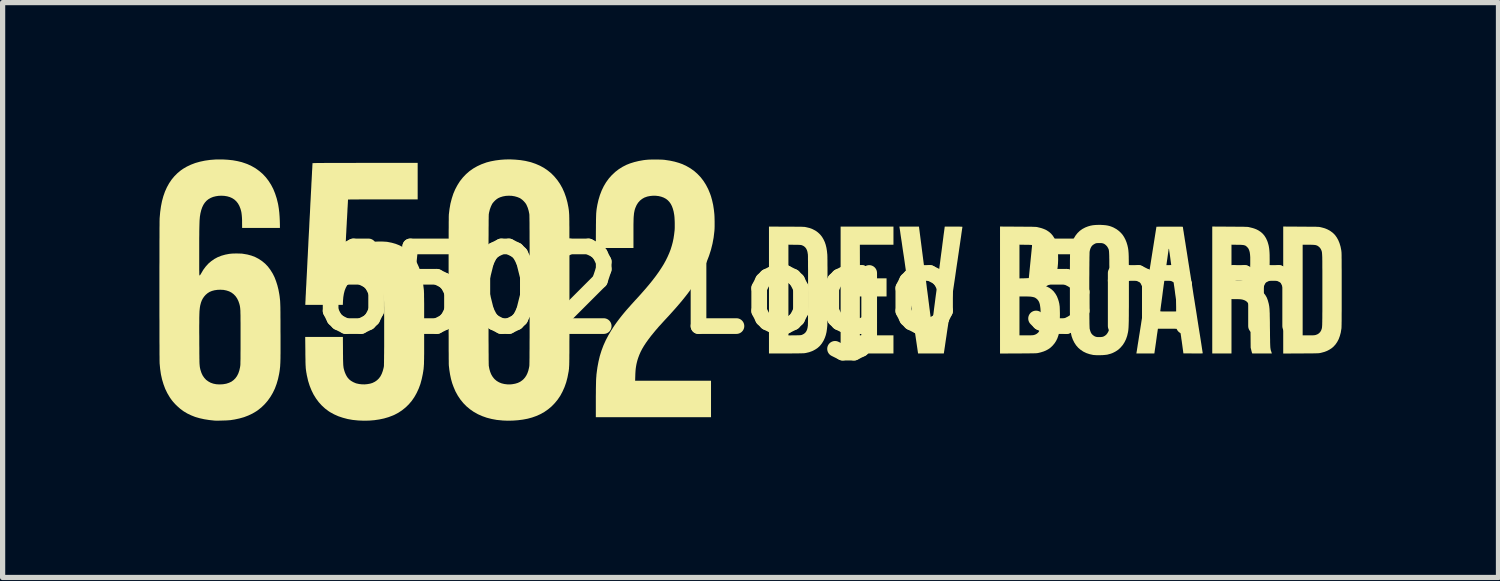
<source format=kicad_pcb>
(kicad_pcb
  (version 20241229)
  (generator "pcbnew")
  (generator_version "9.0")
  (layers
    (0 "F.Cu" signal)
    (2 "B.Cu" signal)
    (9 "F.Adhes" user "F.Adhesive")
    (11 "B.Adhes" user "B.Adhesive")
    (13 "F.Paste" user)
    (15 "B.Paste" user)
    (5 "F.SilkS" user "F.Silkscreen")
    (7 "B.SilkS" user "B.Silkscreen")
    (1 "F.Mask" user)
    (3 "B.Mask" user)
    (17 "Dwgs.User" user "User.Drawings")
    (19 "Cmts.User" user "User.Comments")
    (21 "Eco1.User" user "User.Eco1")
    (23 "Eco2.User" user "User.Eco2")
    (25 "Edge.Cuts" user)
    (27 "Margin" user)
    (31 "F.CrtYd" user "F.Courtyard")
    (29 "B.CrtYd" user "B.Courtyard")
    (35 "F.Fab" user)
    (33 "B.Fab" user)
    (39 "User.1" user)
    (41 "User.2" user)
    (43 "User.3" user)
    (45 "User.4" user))
  (footprint "6502 Logo 5mm"
    (layer "F.Cu")
    (at 12.493 2.5)
    (property "Reference" "6502 Logo 5mm" (at 0 0 0) (layer "F.SilkS") (effects (font (size 1.524 1.524) (thickness 0.3))))
    (attr through_hole)
    (fp_poly (pts (xy 1.553 -1.041) (xy 1.553 -0.867) (xy 1.231 -0.867) (xy 0.91 -0.867) (xy 0.911 -0.547) (xy 0.912 -0.226) (xy 1.167 -0.225) (xy 1.421 -0.224) (xy 1.421 -0.051) (xy 1.421 0.123) (xy 1.166 0.123) (xy 0.91 0.123) (xy 0.91 0.495) (xy 0.91 0.867) (xy 1.231 0.867) (xy 1.553 0.867) (xy 1.553 1.041) (xy 1.553 1.214) (xy 1.047 1.214) (xy 0.542 1.214) (xy 0.542 0) (xy 0.542 -1.214) (xy 1.047 -1.214) (xy 1.553 -1.214)) (stroke (width 0) (type solid)) (fill yes) (layer "F.SilkS"))
    (fp_poly (pts (xy 2.161 -0.282) (xy 2.173 -0.194) (xy 2.184 -0.109) (xy 2.194 -0.025) (xy 2.205 0.055) (xy 2.215 0.132) (xy 2.224 0.205) (xy 2.233 0.274) (xy 2.241 0.339) (xy 2.249 0.399) (xy 2.256 0.454) (xy 2.263 0.503) (xy 2.268 0.546) (xy 2.273 0.583) (xy 2.277 0.613) (xy 2.28 0.635) (xy 2.282 0.651) (xy 2.283 0.658) (xy 2.283 0.659) (xy 2.286 0.666) (xy 2.288 0.668) (xy 2.289 0.664) (xy 2.291 0.652) (xy 2.294 0.632) (xy 2.297 0.605) (xy 2.302 0.571) (xy 2.307 0.531) (xy 2.314 0.484) (xy 2.321 0.432) (xy 2.328 0.374) (xy 2.336 0.312) (xy 2.345 0.244) (xy 2.354 0.173) (xy 2.364 0.097) (xy 2.375 0.018) (xy 2.385 -0.064) (xy 2.396 -0.148) (xy 2.407 -0.236) (xy 2.411 -0.263) (xy 2.422 -0.351) (xy 2.433 -0.437) (xy 2.444 -0.52) (xy 2.454 -0.601) (xy 2.464 -0.678) (xy 2.474 -0.751) (xy 2.483 -0.82) (xy 2.491 -0.885) (xy 2.499 -0.945) (xy 2.506 -0.999) (xy 2.512 -1.049) (xy 2.518 -1.092) (xy 2.523 -1.128) (xy 2.527 -1.158) (xy 2.53 -1.181) (xy 2.532 -1.197) (xy 2.533 -1.204) (xy 2.533 -1.205) (xy 2.535 -1.214) (xy 2.704 -1.214) (xy 2.747 -1.214) (xy 2.782 -1.214) (xy 2.81 -1.214) (xy 2.832 -1.213) (xy 2.848 -1.213) (xy 2.86 -1.212) (xy 2.867 -1.211) (xy 2.871 -1.21) (xy 2.872 -1.208) (xy 2.873 -1.208) (xy 2.872 -1.203) (xy 2.87 -1.191) (xy 2.867 -1.171) (xy 2.863 -1.144) (xy 2.858 -1.11) (xy 2.852 -1.069) (xy 2.846 -1.023) (xy 2.838 -0.971) (xy 2.83 -0.914) (xy 2.821 -0.852) (xy 2.811 -0.786) (xy 2.801 -0.716) (xy 2.79 -0.643) (xy 2.779 -0.566) (xy 2.767 -0.487) (xy 2.755 -0.405) (xy 2.743 -0.322) (xy 2.731 -0.237) (xy 2.718 -0.151) (xy 2.705 -0.064) (xy 2.692 0.023) (xy 2.68 0.11) (xy 2.667 0.196) (xy 2.654 0.282) (xy 2.642 0.366) (xy 2.63 0.448) (xy 2.618 0.528) (xy 2.607 0.606) (xy 2.596 0.681) (xy 2.585 0.752) (xy 2.575 0.82) (xy 2.566 0.883) (xy 2.557 0.942) (xy 2.549 0.996) (xy 2.542 1.044) (xy 2.536 1.087) (xy 2.53 1.124) (xy 2.526 1.154) (xy 2.522 1.177) (xy 2.52 1.192) (xy 2.519 1.2) (xy 2.519 1.2) (xy 2.516 1.214) (xy 2.27 1.214) (xy 2.024 1.214) (xy 1.847 0.01) (xy 1.832 -0.09) (xy 1.818 -0.188) (xy 1.804 -0.284) (xy 1.79 -0.376) (xy 1.777 -0.466) (xy 1.765 -0.552) (xy 1.753 -0.634) (xy 1.741 -0.712) (xy 1.73 -0.785) (xy 1.72 -0.854) (xy 1.711 -0.918) (xy 1.702 -0.976) (xy 1.694 -1.028) (xy 1.687 -1.075) (xy 1.682 -1.114) (xy 1.677 -1.147) (xy 1.673 -1.173) (xy 1.67 -1.192) (xy 1.668 -1.202) (xy 1.668 -1.205) (xy 1.666 -1.214) (xy 1.854 -1.214) (xy 2.041 -1.214)) (stroke (width 0) (type solid)) (fill yes) (layer "F.SilkS"))
    (fp_poly (pts (xy -0.496 -1.213) (xy -0.434 -1.213) (xy -0.38 -1.213) (xy -0.334 -1.212) (xy -0.294 -1.212) (xy -0.26 -1.212) (xy -0.231 -1.211) (xy -0.207 -1.211) (xy -0.187 -1.21) (xy -0.171 -1.209) (xy -0.157 -1.209) (xy -0.146 -1.208) (xy -0.137 -1.206) (xy -0.128 -1.205) (xy -0.123 -1.204) (xy -0.056 -1.188) (xy 0.004 -1.166) (xy 0.058 -1.138) (xy 0.106 -1.104) (xy 0.149 -1.064) (xy 0.186 -1.018) (xy 0.215 -0.969) (xy 0.238 -0.92) (xy 0.256 -0.868) (xy 0.27 -0.811) (xy 0.28 -0.75) (xy 0.287 -0.682) (xy 0.288 -0.671) (xy 0.288 -0.656) (xy 0.289 -0.634) (xy 0.289 -0.604) (xy 0.29 -0.568) (xy 0.29 -0.526) (xy 0.29 -0.478) (xy 0.291 -0.426) (xy 0.291 -0.37) (xy 0.291 -0.31) (xy 0.291 -0.247) (xy 0.292 -0.182) (xy 0.292 -0.116) (xy 0.292 -0.048) (xy 0.292 0.02) (xy 0.292 0.088) (xy 0.292 0.156) (xy 0.292 0.221) (xy 0.291 0.285) (xy 0.291 0.346) (xy 0.291 0.404) (xy 0.291 0.458) (xy 0.29 0.508) (xy 0.29 0.552) (xy 0.289 0.591) (xy 0.289 0.624) (xy 0.288 0.649) (xy 0.288 0.667) (xy 0.288 0.673) (xy 0.281 0.742) (xy 0.272 0.805) (xy 0.258 0.863) (xy 0.24 0.915) (xy 0.217 0.965) (xy 0.215 0.969) (xy 0.184 1.02) (xy 0.147 1.066) (xy 0.104 1.106) (xy 0.055 1.139) (xy 0.001 1.167) (xy -0.059 1.189) (xy -0.123 1.204) (xy -0.131 1.205) (xy -0.139 1.207) (xy -0.149 1.208) (xy -0.161 1.209) (xy -0.175 1.21) (xy -0.192 1.21) (xy -0.213 1.211) (xy -0.239 1.211) (xy -0.269 1.212) (xy -0.305 1.212) (xy -0.346 1.212) (xy -0.395 1.213) (xy -0.451 1.213) (xy -0.496 1.213) (xy -0.829 1.214) (xy -0.829 0) (xy -0.829 -0.868) (xy -0.457 -0.868) (xy -0.457 0) (xy -0.457 0.868) (xy -0.337 0.866) (xy -0.302 0.866) (xy -0.274 0.865) (xy -0.253 0.865) (xy -0.236 0.864) (xy -0.224 0.863) (xy -0.214 0.861) (xy -0.206 0.86) (xy -0.198 0.857) (xy -0.193 0.855) (xy -0.162 0.839) (xy -0.137 0.819) (xy -0.117 0.793) (xy -0.101 0.761) (xy -0.091 0.723) (xy -0.085 0.683) (xy -0.084 0.674) (xy -0.084 0.657) (xy -0.083 0.632) (xy -0.083 0.601) (xy -0.082 0.564) (xy -0.082 0.521) (xy -0.082 0.473) (xy -0.081 0.42) (xy -0.081 0.364) (xy -0.081 0.304) (xy -0.081 0.242) (xy -0.081 0.178) (xy -0.081 0.112) (xy -0.081 0.045) (xy -0.081 -0.022) (xy -0.081 -0.089) (xy -0.081 -0.156) (xy -0.081 -0.221) (xy -0.081 -0.284) (xy -0.081 -0.344) (xy -0.081 -0.401) (xy -0.082 -0.455) (xy -0.082 -0.505) (xy -0.082 -0.55) (xy -0.083 -0.589) (xy -0.083 -0.622) (xy -0.083 -0.649) (xy -0.084 -0.669) (xy -0.084 -0.681) (xy -0.085 -0.683) (xy -0.092 -0.728) (xy -0.103 -0.765) (xy -0.119 -0.796) (xy -0.14 -0.822) (xy -0.166 -0.842) (xy -0.193 -0.855) (xy -0.201 -0.858) (xy -0.208 -0.86) (xy -0.217 -0.862) (xy -0.228 -0.863) (xy -0.241 -0.864) (xy -0.26 -0.865) (xy -0.283 -0.866) (xy -0.314 -0.866) (xy -0.337 -0.866) (xy -0.457 -0.868) (xy -0.829 -0.868) (xy -0.829 -1.214)) (stroke (width 0) (type solid)) (fill yes) (layer "F.SilkS"))
    (fp_poly (pts (xy 9.348 -1.213) (xy 9.41 -1.213) (xy 9.464 -1.212) (xy 9.51 -1.212) (xy 9.55 -1.212) (xy 9.584 -1.211) (xy 9.612 -1.211) (xy 9.636 -1.211) (xy 9.656 -1.21) (xy 9.672 -1.209) (xy 9.685 -1.209) (xy 9.696 -1.208) (xy 9.705 -1.207) (xy 9.713 -1.205) (xy 9.72 -1.204) (xy 9.726 -1.203) (xy 9.765 -1.193) (xy 9.798 -1.184) (xy 9.828 -1.173) (xy 9.858 -1.16) (xy 9.864 -1.157) (xy 9.915 -1.128) (xy 9.961 -1.094) (xy 10.001 -1.054) (xy 10.035 -1.007) (xy 10.064 -0.955) (xy 10.088 -0.897) (xy 10.108 -0.831) (xy 10.122 -0.76) (xy 10.124 -0.74) (xy 10.125 -0.733) (xy 10.126 -0.723) (xy 10.127 -0.709) (xy 10.127 -0.692) (xy 10.128 -0.67) (xy 10.128 -0.644) (xy 10.128 -0.614) (xy 10.129 -0.578) (xy 10.129 -0.536) (xy 10.129 -0.489) (xy 10.129 -0.436) (xy 10.13 -0.376) (xy 10.13 -0.309) (xy 10.13 -0.235) (xy 10.13 -0.153) (xy 10.13 -0.064) (xy 10.13 0) (xy 10.13 0.095) (xy 10.13 0.182) (xy 10.13 0.261) (xy 10.13 0.332) (xy 10.13 0.397) (xy 10.129 0.454) (xy 10.129 0.506) (xy 10.129 0.551) (xy 10.129 0.59) (xy 10.128 0.625) (xy 10.128 0.654) (xy 10.127 0.678) (xy 10.127 0.698) (xy 10.126 0.714) (xy 10.126 0.727) (xy 10.125 0.736) (xy 10.124 0.74) (xy 10.112 0.814) (xy 10.094 0.88) (xy 10.072 0.94) (xy 10.044 0.993) (xy 10.012 1.04) (xy 9.974 1.082) (xy 9.936 1.114) (xy 9.894 1.141) (xy 9.85 1.164) (xy 9.801 1.183) (xy 9.745 1.198) (xy 9.726 1.203) (xy 9.719 1.204) (xy 9.711 1.206) (xy 9.703 1.207) (xy 9.693 1.208) (xy 9.682 1.209) (xy 9.668 1.21) (xy 9.651 1.21) (xy 9.631 1.211) (xy 9.606 1.211) (xy 9.577 1.212) (xy 9.541 1.212) (xy 9.5 1.212) (xy 9.452 1.212) (xy 9.397 1.213) (xy 9.348 1.213) (xy 9.011 1.215) (xy 9.011 0) (xy 9.011 -0.867) (xy 9.383 -0.867) (xy 9.383 0) (xy 9.383 0.867) (xy 9.492 0.867) (xy 9.529 0.867) (xy 9.559 0.867) (xy 9.582 0.866) (xy 9.6 0.865) (xy 9.614 0.863) (xy 9.625 0.861) (xy 9.627 0.861) (xy 9.663 0.848) (xy 9.693 0.829) (xy 9.718 0.804) (xy 9.736 0.774) (xy 9.741 0.76) (xy 9.744 0.753) (xy 9.746 0.747) (xy 9.748 0.74) (xy 9.75 0.733) (xy 9.751 0.725) (xy 9.753 0.716) (xy 9.754 0.704) (xy 9.755 0.691) (xy 9.756 0.674) (xy 9.757 0.655) (xy 9.757 0.633) (xy 9.758 0.606) (xy 9.758 0.576) (xy 9.759 0.54) (xy 9.759 0.5) (xy 9.759 0.454) (xy 9.76 0.403) (xy 9.76 0.345) (xy 9.76 0.28) (xy 9.76 0.209) (xy 9.76 0.129) (xy 9.76 0.043) (xy 9.76 0) (xy 9.76 -0.091) (xy 9.76 -0.173) (xy 9.76 -0.248) (xy 9.76 -0.316) (xy 9.76 -0.377) (xy 9.759 -0.431) (xy 9.759 -0.48) (xy 9.759 -0.522) (xy 9.759 -0.56) (xy 9.758 -0.593) (xy 9.758 -0.621) (xy 9.757 -0.645) (xy 9.756 -0.666) (xy 9.755 -0.684) (xy 9.754 -0.698) (xy 9.753 -0.711) (xy 9.752 -0.721) (xy 9.75 -0.73) (xy 9.749 -0.737) (xy 9.747 -0.744) (xy 9.745 -0.75) (xy 9.743 -0.757) (xy 9.741 -0.76) (xy 9.727 -0.79) (xy 9.706 -0.817) (xy 9.681 -0.838) (xy 9.669 -0.846) (xy 9.656 -0.852) (xy 9.642 -0.857) (xy 9.628 -0.861) (xy 9.611 -0.863) (xy 9.59 -0.865) (xy 9.564 -0.866) (xy 9.533 -0.867) (xy 9.494 -0.867) (xy 9.492 -0.867) (xy 9.383 -0.867) (xy 9.011 -0.867) (xy 9.011 -1.215)) (stroke (width 0) (type solid)) (fill yes) (layer "F.SilkS"))
    (fp_poly (pts (xy 7.986 -1.213) (xy 8.048 -1.213) (xy 8.103 -1.212) (xy 8.15 -1.212) (xy 8.191 -1.212) (xy 8.225 -1.211) (xy 8.254 -1.211) (xy 8.278 -1.21) (xy 8.298 -1.209) (xy 8.314 -1.209) (xy 8.327 -1.208) (xy 8.338 -1.207) (xy 8.347 -1.206) (xy 8.355 -1.204) (xy 8.355 -1.204) (xy 8.421 -1.188) (xy 8.48 -1.168) (xy 8.532 -1.144) (xy 8.578 -1.114) (xy 8.618 -1.079) (xy 8.652 -1.039) (xy 8.681 -0.993) (xy 8.705 -0.941) (xy 8.714 -0.916) (xy 8.723 -0.886) (xy 8.731 -0.857) (xy 8.737 -0.827) (xy 8.742 -0.794) (xy 8.746 -0.758) (xy 8.749 -0.716) (xy 8.751 -0.669) (xy 8.751 -0.637) (xy 8.752 -0.561) (xy 8.751 -0.493) (xy 8.748 -0.432) (xy 8.742 -0.377) (xy 8.734 -0.327) (xy 8.723 -0.282) (xy 8.709 -0.241) (xy 8.693 -0.204) (xy 8.68 -0.179) (xy 8.656 -0.143) (xy 8.627 -0.109) (xy 8.593 -0.079) (xy 8.558 -0.053) (xy 8.529 -0.038) (xy 8.515 -0.03) (xy 8.509 -0.025) (xy 8.51 -0.021) (xy 8.517 -0.018) (xy 8.525 -0.015) (xy 8.538 -0.009) (xy 8.554 -0.001) (xy 8.565 0.004) (xy 8.605 0.028) (xy 8.64 0.06) (xy 8.67 0.098) (xy 8.696 0.143) (xy 8.716 0.196) (xy 8.732 0.255) (xy 8.734 0.261) (xy 8.737 0.278) (xy 8.74 0.294) (xy 8.743 0.31) (xy 8.745 0.328) (xy 8.747 0.346) (xy 8.749 0.367) (xy 8.75 0.39) (xy 8.751 0.416) (xy 8.753 0.447) (xy 8.753 0.482) (xy 8.754 0.523) (xy 8.755 0.569) (xy 8.756 0.622) (xy 8.756 0.682) (xy 8.757 0.747) (xy 8.758 0.811) (xy 8.758 0.868) (xy 8.759 0.917) (xy 8.76 0.96) (xy 8.76 0.997) (xy 8.761 1.028) (xy 8.762 1.054) (xy 8.763 1.077) (xy 8.764 1.096) (xy 8.766 1.112) (xy 8.768 1.125) (xy 8.77 1.137) (xy 8.772 1.148) (xy 8.775 1.159) (xy 8.779 1.169) (xy 8.783 1.18) (xy 8.784 1.184) (xy 8.794 1.214) (xy 8.606 1.214) (xy 8.419 1.214) (xy 8.414 1.203) (xy 8.411 1.194) (xy 8.407 1.179) (xy 8.402 1.16) (xy 8.399 1.146) (xy 8.388 1.102) (xy 8.385 0.745) (xy 8.384 0.678) (xy 8.384 0.62) (xy 8.383 0.569) (xy 8.383 0.525) (xy 8.382 0.487) (xy 8.381 0.454) (xy 8.38 0.426) (xy 8.379 0.403) (xy 8.378 0.383) (xy 8.377 0.366) (xy 8.375 0.352) (xy 8.373 0.34) (xy 8.371 0.329) (xy 8.368 0.319) (xy 8.365 0.309) (xy 8.362 0.299) (xy 8.362 0.298) (xy 8.346 0.263) (xy 8.325 0.234) (xy 8.298 0.21) (xy 8.265 0.193) (xy 8.225 0.181) (xy 8.217 0.18) (xy 8.198 0.177) (xy 8.172 0.175) (xy 8.141 0.174) (xy 8.106 0.174) (xy 8.102 0.174) (xy 8.021 0.173) (xy 8.021 0.694) (xy 8.021 1.214) (xy 7.837 1.214) (xy 7.653 1.214) (xy 7.653 -0.000234) (xy 7.653 -0.868) (xy 8.021 -0.868) (xy 8.021 -0.52) (xy 8.021 -0.172) (xy 8.119 -0.174) (xy 8.152 -0.175) (xy 8.178 -0.176) (xy 8.198 -0.177) (xy 8.214 -0.179) (xy 8.226 -0.181) (xy 8.237 -0.183) (xy 8.244 -0.185) (xy 8.277 -0.199) (xy 8.305 -0.216) (xy 8.325 -0.234) (xy 8.34 -0.254) (xy 8.353 -0.275) (xy 8.363 -0.3) (xy 8.369 -0.321) (xy 8.371 -0.331) (xy 8.373 -0.341) (xy 8.375 -0.352) (xy 8.376 -0.366) (xy 8.377 -0.383) (xy 8.378 -0.405) (xy 8.379 -0.432) (xy 8.379 -0.466) (xy 8.38 -0.496) (xy 8.38 -0.546) (xy 8.38 -0.589) (xy 8.38 -0.625) (xy 8.378 -0.656) (xy 8.376 -0.682) (xy 8.373 -0.704) (xy 8.37 -0.724) (xy 8.365 -0.742) (xy 8.362 -0.753) (xy 8.352 -0.779) (xy 8.342 -0.798) (xy 8.329 -0.814) (xy 8.314 -0.829) (xy 8.303 -0.839) (xy 8.292 -0.847) (xy 8.28 -0.853) (xy 8.266 -0.857) (xy 8.25 -0.861) (xy 8.23 -0.863) (xy 8.205 -0.865) (xy 8.173 -0.866) (xy 8.134 -0.866) (xy 8.134 -0.866) (xy 8.021 -0.868) (xy 7.653 -0.868) (xy 7.653 -1.215)) (stroke (width 0) (type solid)) (fill yes) (layer "F.SilkS"))
    (fp_poly (pts (xy 3.931 -1.213) (xy 3.994 -1.213) (xy 4.049 -1.212) (xy 4.097 -1.212) (xy 4.138 -1.212) (xy 4.173 -1.211) (xy 4.202 -1.211) (xy 4.227 -1.21) (xy 4.247 -1.209) (xy 4.264 -1.209) (xy 4.277 -1.208) (xy 4.288 -1.207) (xy 4.297 -1.206) (xy 4.305 -1.205) (xy 4.307 -1.204) (xy 4.373 -1.188) (xy 4.431 -1.168) (xy 4.484 -1.144) (xy 4.529 -1.114) (xy 4.569 -1.079) (xy 4.603 -1.039) (xy 4.632 -0.993) (xy 4.656 -0.941) (xy 4.665 -0.916) (xy 4.676 -0.883) (xy 4.684 -0.85) (xy 4.69 -0.816) (xy 4.695 -0.778) (xy 4.699 -0.736) (xy 4.702 -0.687) (xy 4.703 -0.66) (xy 4.704 -0.579) (xy 4.701 -0.505) (xy 4.695 -0.438) (xy 4.685 -0.378) (xy 4.671 -0.323) (xy 4.653 -0.275) (xy 4.631 -0.231) (xy 4.605 -0.193) (xy 4.577 -0.16) (xy 4.559 -0.144) (xy 4.538 -0.127) (xy 4.515 -0.111) (xy 4.494 -0.098) (xy 4.476 -0.089) (xy 4.468 -0.084) (xy 4.464 -0.08) (xy 4.464 -0.08) (xy 4.469 -0.076) (xy 4.478 -0.071) (xy 4.489 -0.066) (xy 4.537 -0.042) (xy 4.58 -0.011) (xy 4.619 0.026) (xy 4.652 0.07) (xy 4.681 0.12) (xy 4.703 0.176) (xy 4.715 0.214) (xy 4.72 0.235) (xy 4.725 0.255) (xy 4.728 0.275) (xy 4.731 0.295) (xy 4.734 0.317) (xy 4.735 0.341) (xy 4.736 0.369) (xy 4.737 0.402) (xy 4.738 0.44) (xy 4.738 0.484) (xy 4.737 0.535) (xy 4.737 0.554) (xy 4.737 0.601) (xy 4.736 0.64) (xy 4.736 0.673) (xy 4.735 0.7) (xy 4.735 0.722) (xy 4.734 0.74) (xy 4.733 0.754) (xy 4.732 0.767) (xy 4.73 0.778) (xy 4.729 0.789) (xy 4.726 0.8) (xy 4.726 0.801) (xy 4.71 0.865) (xy 4.69 0.923) (xy 4.665 0.974) (xy 4.635 1.02) (xy 4.6 1.062) (xy 4.584 1.078) (xy 4.549 1.109) (xy 4.511 1.135) (xy 4.47 1.157) (xy 4.424 1.176) (xy 4.372 1.192) (xy 4.328 1.203) (xy 4.32 1.204) (xy 4.313 1.206) (xy 4.305 1.207) (xy 4.295 1.208) (xy 4.284 1.209) (xy 4.27 1.209) (xy 4.253 1.21) (xy 4.233 1.211) (xy 4.208 1.211) (xy 4.179 1.211) (xy 4.144 1.212) (xy 4.103 1.212) (xy 4.055 1.212) (xy 4 1.213) (xy 3.94 1.213) (xy 3.592 1.215) (xy 3.592 0.123) (xy 3.964 0.123) (xy 3.964 0.495) (xy 3.964 0.867) (xy 4.087 0.867) (xy 4.126 0.867) (xy 4.157 0.867) (xy 4.183 0.866) (xy 4.203 0.865) (xy 4.219 0.864) (xy 4.231 0.862) (xy 4.239 0.861) (xy 4.266 0.852) (xy 4.291 0.839) (xy 4.313 0.822) (xy 4.329 0.806) (xy 4.338 0.791) (xy 4.345 0.777) (xy 4.352 0.761) (xy 4.357 0.743) (xy 4.36 0.722) (xy 4.363 0.697) (xy 4.366 0.667) (xy 4.367 0.631) (xy 4.368 0.588) (xy 4.369 0.565) (xy 4.369 0.5) (xy 4.369 0.442) (xy 4.368 0.392) (xy 4.365 0.348) (xy 4.36 0.311) (xy 4.355 0.278) (xy 4.347 0.25) (xy 4.338 0.226) (xy 4.327 0.206) (xy 4.314 0.189) (xy 4.302 0.175) (xy 4.286 0.162) (xy 4.269 0.15) (xy 4.251 0.141) (xy 4.23 0.135) (xy 4.206 0.13) (xy 4.177 0.126) (xy 4.142 0.124) (xy 4.1 0.123) (xy 4.071 0.123) (xy 3.964 0.123) (xy 3.592 0.123) (xy 3.592 -0.000005) (xy 3.592 -0.868) (xy 3.964 -0.868) (xy 3.964 -0.545) (xy 3.964 -0.223) (xy 4.062 -0.225) (xy 4.101 -0.227) (xy 4.131 -0.228) (xy 4.155 -0.23) (xy 4.173 -0.232) (xy 4.186 -0.235) (xy 4.224 -0.249) (xy 4.256 -0.268) (xy 4.283 -0.294) (xy 4.303 -0.326) (xy 4.318 -0.363) (xy 4.322 -0.38) (xy 4.324 -0.395) (xy 4.327 -0.416) (xy 4.328 -0.444) (xy 4.33 -0.475) (xy 4.331 -0.509) (xy 4.331 -0.544) (xy 4.332 -0.578) (xy 4.331 -0.611) (xy 4.331 -0.641) (xy 4.329 -0.665) (xy 4.328 -0.68) (xy 4.323 -0.713) (xy 4.315 -0.745) (xy 4.306 -0.773) (xy 4.295 -0.796) (xy 4.294 -0.798) (xy 4.279 -0.817) (xy 4.258 -0.835) (xy 4.235 -0.849) (xy 4.223 -0.855) (xy 4.215 -0.858) (xy 4.207 -0.86) (xy 4.199 -0.862) (xy 4.188 -0.863) (xy 4.173 -0.864) (xy 4.154 -0.865) (xy 4.129 -0.866) (xy 4.097 -0.866) (xy 4.081 -0.866) (xy 3.964 -0.868) (xy 3.592 -0.868) (xy 3.592 -1.215)) (stroke (width 0) (type solid)) (fill yes) (layer "F.SilkS"))
    (fp_poly (pts (xy 6.976 -1.213) (xy 7.008 -1.213) (xy 7.034 -1.213) (xy 7.054 -1.213) (xy 7.069 -1.212) (xy 7.08 -1.211) (xy 7.086 -1.211) (xy 7.09 -1.209) (xy 7.09 -1.209) (xy 7.091 -1.204) (xy 7.093 -1.191) (xy 7.096 -1.171) (xy 7.1 -1.143) (xy 7.106 -1.109) (xy 7.112 -1.067) (xy 7.12 -1.02) (xy 7.128 -0.966) (xy 7.138 -0.906) (xy 7.148 -0.841) (xy 7.159 -0.771) (xy 7.171 -0.697) (xy 7.183 -0.618) (xy 7.196 -0.535) (xy 7.21 -0.448) (xy 7.224 -0.358) (xy 7.239 -0.265) (xy 7.254 -0.169) (xy 7.27 -0.071) (xy 7.281 0) (xy 7.296 0.1) (xy 7.312 0.197) (xy 7.327 0.293) (xy 7.342 0.385) (xy 7.356 0.474) (xy 7.369 0.56) (xy 7.382 0.642) (xy 7.394 0.719) (xy 7.406 0.793) (xy 7.417 0.861) (xy 7.427 0.924) (xy 7.436 0.982) (xy 7.444 1.034) (xy 7.451 1.08) (xy 7.457 1.12) (xy 7.462 1.152) (xy 7.466 1.178) (xy 7.469 1.196) (xy 7.471 1.206) (xy 7.471 1.209) (xy 7.47 1.21) (xy 7.465 1.211) (xy 7.457 1.212) (xy 7.445 1.213) (xy 7.427 1.213) (xy 7.403 1.213) (xy 7.374 1.213) (xy 7.337 1.213) (xy 7.292 1.213) (xy 7.286 1.213) (xy 7.101 1.212) (xy 7.069 0.977) (xy 7.062 0.934) (xy 7.057 0.893) (xy 7.051 0.855) (xy 7.047 0.822) (xy 7.043 0.793) (xy 7.039 0.77) (xy 7.037 0.753) (xy 7.036 0.744) (xy 7.035 0.741) (xy 7.031 0.741) (xy 7.02 0.741) (xy 7.001 0.741) (xy 6.976 0.741) (xy 6.946 0.741) (xy 6.912 0.74) (xy 6.874 0.74) (xy 6.833 0.74) (xy 6.824 0.74) (xy 6.613 0.74) (xy 6.611 0.754) (xy 6.61 0.761) (xy 6.608 0.775) (xy 6.605 0.796) (xy 6.601 0.823) (xy 6.596 0.855) (xy 6.591 0.891) (xy 6.586 0.93) (xy 6.58 0.971) (xy 6.579 0.981) (xy 6.573 1.023) (xy 6.567 1.063) (xy 6.562 1.099) (xy 6.557 1.131) (xy 6.553 1.159) (xy 6.55 1.181) (xy 6.548 1.196) (xy 6.547 1.204) (xy 6.547 1.205) (xy 6.544 1.214) (xy 6.373 1.214) (xy 6.201 1.214) (xy 6.204 1.196) (xy 6.205 1.191) (xy 6.207 1.177) (xy 6.211 1.156) (xy 6.215 1.127) (xy 6.221 1.091) (xy 6.227 1.049) (xy 6.235 1) (xy 6.244 0.945) (xy 6.253 0.885) (xy 6.264 0.819) (xy 6.275 0.749) (xy 6.287 0.674) (xy 6.299 0.594) (xy 6.313 0.51) (xy 6.326 0.423) (xy 6.33 0.403) (xy 6.659 0.403) (xy 6.659 0.405) (xy 6.661 0.406) (xy 6.665 0.408) (xy 6.672 0.409) (xy 6.683 0.409) (xy 6.698 0.41) (xy 6.719 0.41) (xy 6.745 0.41) (xy 6.779 0.41) (xy 6.82 0.41) (xy 6.824 0.41) (xy 6.867 0.41) (xy 6.903 0.41) (xy 6.932 0.41) (xy 6.954 0.409) (xy 6.97 0.409) (xy 6.98 0.408) (xy 6.987 0.407) (xy 6.989 0.405) (xy 6.989 0.405) (xy 6.988 0.4) (xy 6.987 0.387) (xy 6.984 0.367) (xy 6.981 0.34) (xy 6.976 0.308) (xy 6.971 0.27) (xy 6.965 0.227) (xy 6.959 0.179) (xy 6.952 0.128) (xy 6.944 0.074) (xy 6.937 0.017) (xy 6.929 -0.042) (xy 6.92 -0.102) (xy 6.912 -0.163) (xy 6.903 -0.225) (xy 6.895 -0.286) (xy 6.887 -0.346) (xy 6.879 -0.405) (xy 6.871 -0.461) (xy 6.863 -0.515) (xy 6.856 -0.566) (xy 6.85 -0.613) (xy 6.844 -0.656) (xy 6.839 -0.693) (xy 6.834 -0.725) (xy 6.83 -0.751) (xy 6.828 -0.771) (xy 6.826 -0.783) (xy 6.825 -0.787) (xy 6.823 -0.79) (xy 6.82 -0.786) (xy 6.819 -0.785) (xy 6.818 -0.78) (xy 6.817 -0.767) (xy 6.814 -0.747) (xy 6.81 -0.721) (xy 6.805 -0.688) (xy 6.8 -0.65) (xy 6.794 -0.607) (xy 6.787 -0.559) (xy 6.78 -0.508) (xy 6.773 -0.454) (xy 6.765 -0.397) (xy 6.757 -0.338) (xy 6.749 -0.278) (xy 6.741 -0.217) (xy 6.733 -0.156) (xy 6.724 -0.095) (xy 6.716 -0.035) (xy 6.708 0.024) (xy 6.701 0.08) (xy 6.694 0.134) (xy 6.687 0.185) (xy 6.681 0.232) (xy 6.675 0.274) (xy 6.67 0.311) (xy 6.666 0.343) (xy 6.663 0.369) (xy 6.66 0.388) (xy 6.659 0.399) (xy 6.659 0.403) (xy 6.33 0.403) (xy 6.341 0.333) (xy 6.356 0.239) (xy 6.371 0.143) (xy 6.386 0.045) (xy 6.396 -0.017) (xy 6.585 -1.212) (xy 6.838 -1.213) (xy 6.892 -1.213) (xy 6.938 -1.213)) (stroke (width 0) (type solid)) (fill yes) (layer "F.SilkS"))
    (fp_poly (pts (xy -2.94 -2.497) (xy -2.896 -2.496) (xy -2.856 -2.494) (xy -2.823 -2.491) (xy -2.818 -2.49) (xy -2.724 -2.476) (xy -2.635 -2.457) (xy -2.552 -2.433) (xy -2.485 -2.409) (xy -2.405 -2.371) (xy -2.329 -2.327) (xy -2.259 -2.277) (xy -2.195 -2.22) (xy -2.135 -2.157) (xy -2.082 -2.088) (xy -2.034 -2.012) (xy -1.992 -1.931) (xy -1.956 -1.844) (xy -1.938 -1.793) (xy -1.916 -1.713) (xy -1.897 -1.628) (xy -1.883 -1.536) (xy -1.876 -1.472) (xy -1.873 -1.439) (xy -1.871 -1.4) (xy -1.87 -1.357) (xy -1.869 -1.311) (xy -1.869 -1.265) (xy -1.869 -1.22) (xy -1.87 -1.179) (xy -1.872 -1.143) (xy -1.874 -1.123) (xy -1.888 -1.004) (xy -1.91 -0.886) (xy -1.939 -0.77) (xy -1.976 -0.655) (xy -2.02 -0.541) (xy -2.072 -0.427) (xy -2.132 -0.313) (xy -2.2 -0.199) (xy -2.246 -0.127) (xy -2.291 -0.062) (xy -2.337 0.003) (xy -2.385 0.068) (xy -2.436 0.133) (xy -2.49 0.2) (xy -2.549 0.27) (xy -2.611 0.342) (xy -2.679 0.418) (xy -2.752 0.499) (xy -2.782 0.531) (xy -2.82 0.572) (xy -2.853 0.608) (xy -2.881 0.639) (xy -2.906 0.667) (xy -2.929 0.691) (xy -2.949 0.714) (xy -2.967 0.736) (xy -2.986 0.757) (xy -3.004 0.778) (xy -3.022 0.8) (xy -3.081 0.872) (xy -3.133 0.94) (xy -3.179 1.004) (xy -3.22 1.066) (xy -3.255 1.125) (xy -3.285 1.183) (xy -3.31 1.24) (xy -3.331 1.296) (xy -3.346 1.343) (xy -3.357 1.385) (xy -3.366 1.425) (xy -3.373 1.465) (xy -3.379 1.507) (xy -3.383 1.553) (xy -3.386 1.605) (xy -3.387 1.64) (xy -3.39 1.735) (xy -2.664 1.735) (xy -1.938 1.735) (xy -1.938 2.084) (xy -1.938 2.433) (xy -3.04 2.433) (xy -4.142 2.433) (xy -4.142 2.107) (xy -4.142 2.032) (xy -4.141 1.966) (xy -4.141 1.906) (xy -4.14 1.852) (xy -4.139 1.803) (xy -4.138 1.76) (xy -4.137 1.72) (xy -4.135 1.684) (xy -4.132 1.65) (xy -4.13 1.618) (xy -4.126 1.586) (xy -4.122 1.555) (xy -4.118 1.524) (xy -4.113 1.491) (xy -4.112 1.481) (xy -4.091 1.369) (xy -4.066 1.263) (xy -4.034 1.16) (xy -3.997 1.061) (xy -3.953 0.963) (xy -3.902 0.866) (xy -3.844 0.768) (xy -3.814 0.721) (xy -3.782 0.673) (xy -3.749 0.626) (xy -3.715 0.58) (xy -3.679 0.533) (xy -3.641 0.485) (xy -3.6 0.435) (xy -3.556 0.383) (xy -3.507 0.328) (xy -3.454 0.268) (xy -3.396 0.204) (xy -3.367 0.173) (xy -3.28 0.077) (xy -3.2 -0.014) (xy -3.126 -0.101) (xy -3.058 -0.185) (xy -2.996 -0.266) (xy -2.94 -0.344) (xy -2.89 -0.419) (xy -2.844 -0.493) (xy -2.804 -0.565) (xy -2.769 -0.636) (xy -2.738 -0.706) (xy -2.711 -0.776) (xy -2.689 -0.846) (xy -2.67 -0.917) (xy -2.655 -0.989) (xy -2.644 -1.063) (xy -2.635 -1.138) (xy -2.635 -1.138) (xy -2.633 -1.166) (xy -2.632 -1.2) (xy -2.632 -1.238) (xy -2.632 -1.279) (xy -2.633 -1.319) (xy -2.635 -1.358) (xy -2.637 -1.393) (xy -2.64 -1.423) (xy -2.642 -1.438) (xy -2.653 -1.501) (xy -2.668 -1.556) (xy -2.686 -1.605) (xy -2.708 -1.648) (xy -2.734 -1.685) (xy -2.764 -1.717) (xy -2.799 -1.744) (xy -2.803 -1.747) (xy -2.844 -1.769) (xy -2.89 -1.786) (xy -2.94 -1.798) (xy -2.993 -1.804) (xy -3.047 -1.805) (xy -3.101 -1.8) (xy -3.153 -1.79) (xy -3.163 -1.787) (xy -3.213 -1.769) (xy -3.258 -1.743) (xy -3.298 -1.711) (xy -3.332 -1.673) (xy -3.361 -1.628) (xy -3.383 -1.578) (xy -3.389 -1.563) (xy -3.395 -1.544) (xy -3.4 -1.526) (xy -3.404 -1.506) (xy -3.408 -1.486) (xy -3.412 -1.463) (xy -3.414 -1.438) (xy -3.417 -1.41) (xy -3.419 -1.378) (xy -3.42 -1.341) (xy -3.421 -1.299) (xy -3.422 -1.252) (xy -3.422 -1.197) (xy -3.422 -1.136) (xy -3.422 -1.08) (xy -3.422 -0.804) (xy -3.782 -0.804) (xy -4.142 -0.804) (xy -4.141 -1.126) (xy -4.14 -1.191) (xy -4.14 -1.247) (xy -4.139 -1.297) (xy -4.139 -1.34) (xy -4.138 -1.378) (xy -4.137 -1.411) (xy -4.136 -1.44) (xy -4.135 -1.466) (xy -4.133 -1.489) (xy -4.131 -1.511) (xy -4.129 -1.531) (xy -4.126 -1.552) (xy -4.123 -1.572) (xy -4.119 -1.594) (xy -4.115 -1.618) (xy -4.114 -1.625) (xy -4.092 -1.723) (xy -4.064 -1.817) (xy -4.03 -1.905) (xy -3.99 -1.988) (xy -3.944 -2.065) (xy -3.892 -2.136) (xy -3.834 -2.201) (xy -3.771 -2.26) (xy -3.702 -2.313) (xy -3.63 -2.358) (xy -3.563 -2.393) (xy -3.488 -2.423) (xy -3.408 -2.448) (xy -3.322 -2.469) (xy -3.233 -2.485) (xy -3.194 -2.49) (xy -3.162 -2.493) (xy -3.123 -2.496) (xy -3.08 -2.497) (xy -3.034 -2.498) (xy -2.986 -2.498)) (stroke (width 0) (type solid)) (fill yes) (layer "F.SilkS"))
    (fp_poly (pts (xy 5.517 -1.247) (xy 5.57 -1.244) (xy 5.616 -1.24) (xy 5.657 -1.233) (xy 5.696 -1.223) (xy 5.732 -1.21) (xy 5.769 -1.194) (xy 5.77 -1.193) (xy 5.822 -1.164) (xy 5.87 -1.128) (xy 5.913 -1.086) (xy 5.94 -1.054) (xy 5.967 -1.012) (xy 5.992 -0.964) (xy 6.013 -0.912) (xy 6.03 -0.856) (xy 6.041 -0.807) (xy 6.043 -0.794) (xy 6.045 -0.78) (xy 6.047 -0.766) (xy 6.049 -0.75) (xy 6.05 -0.733) (xy 6.052 -0.713) (xy 6.053 -0.69) (xy 6.054 -0.665) (xy 6.055 -0.636) (xy 6.055 -0.603) (xy 6.056 -0.565) (xy 6.056 -0.523) (xy 6.057 -0.476) (xy 6.057 -0.423) (xy 6.058 -0.363) (xy 6.058 -0.298) (xy 6.058 -0.225) (xy 6.058 -0.145) (xy 6.058 -0.057) (xy 6.058 -0.002) (xy 6.058 0.091) (xy 6.058 0.176) (xy 6.058 0.253) (xy 6.058 0.323) (xy 6.057 0.387) (xy 6.057 0.444) (xy 6.057 0.495) (xy 6.056 0.541) (xy 6.056 0.581) (xy 6.055 0.617) (xy 6.054 0.649) (xy 6.053 0.677) (xy 6.052 0.701) (xy 6.051 0.723) (xy 6.049 0.742) (xy 6.048 0.758) (xy 6.046 0.774) (xy 6.044 0.788) (xy 6.042 0.801) (xy 6.041 0.807) (xy 6.025 0.876) (xy 6.003 0.94) (xy 5.974 0.999) (xy 5.94 1.052) (xy 5.9 1.099) (xy 5.855 1.141) (xy 5.804 1.175) (xy 5.77 1.193) (xy 5.738 1.208) (xy 5.704 1.22) (xy 5.666 1.23) (xy 5.644 1.236) (xy 5.621 1.239) (xy 5.592 1.242) (xy 5.558 1.245) (xy 5.522 1.246) (xy 5.485 1.247) (xy 5.449 1.247) (xy 5.416 1.245) (xy 5.388 1.243) (xy 5.375 1.242) (xy 5.307 1.227) (xy 5.244 1.206) (xy 5.186 1.178) (xy 5.135 1.144) (xy 5.089 1.105) (xy 5.048 1.058) (xy 5.014 1.006) (xy 4.985 0.948) (xy 4.962 0.884) (xy 4.946 0.814) (xy 4.935 0.738) (xy 4.933 0.718) (xy 4.932 0.706) (xy 4.932 0.685) (xy 4.931 0.657) (xy 4.931 0.622) (xy 4.93 0.579) (xy 4.93 0.529) (xy 4.93 0.472) (xy 4.929 0.409) (xy 4.929 0.339) (xy 4.929 0.264) (xy 4.929 0.182) (xy 4.929 0.096) (xy 4.929 0.004) (xy 4.929 0) (xy 4.929 -0.025) (xy 5.3 -0.025) (xy 5.3 0.045) (xy 5.3 0.114) (xy 5.3 0.183) (xy 5.3 0.25) (xy 5.301 0.315) (xy 5.301 0.377) (xy 5.301 0.437) (xy 5.302 0.492) (xy 5.302 0.544) (xy 5.303 0.59) (xy 5.303 0.632) (xy 5.304 0.667) (xy 5.305 0.696) (xy 5.306 0.718) (xy 5.306 0.733) (xy 5.307 0.738) (xy 5.317 0.778) (xy 5.329 0.811) (xy 5.345 0.838) (xy 5.366 0.86) (xy 5.391 0.878) (xy 5.401 0.884) (xy 5.417 0.891) (xy 5.433 0.896) (xy 5.451 0.899) (xy 5.473 0.9) (xy 5.5 0.9) (xy 5.524 0.899) (xy 5.543 0.897) (xy 5.558 0.894) (xy 5.572 0.889) (xy 5.573 0.889) (xy 5.6 0.874) (xy 5.626 0.853) (xy 5.646 0.827) (xy 5.656 0.81) (xy 5.66 0.803) (xy 5.663 0.797) (xy 5.666 0.791) (xy 5.668 0.785) (xy 5.671 0.778) (xy 5.673 0.771) (xy 5.674 0.763) (xy 5.676 0.752) (xy 5.678 0.74) (xy 5.679 0.726) (xy 5.68 0.708) (xy 5.681 0.688) (xy 5.681 0.664) (xy 5.682 0.636) (xy 5.683 0.603) (xy 5.683 0.566) (xy 5.683 0.524) (xy 5.683 0.476) (xy 5.684 0.423) (xy 5.684 0.363) (xy 5.684 0.296) (xy 5.684 0.222) (xy 5.684 0.141) (xy 5.684 0.052) (xy 5.684 0) (xy 5.684 -0.094) (xy 5.684 -0.179) (xy 5.684 -0.257) (xy 5.684 -0.327) (xy 5.684 -0.391) (xy 5.684 -0.448) (xy 5.683 -0.499) (xy 5.683 -0.544) (xy 5.683 -0.584) (xy 5.682 -0.619) (xy 5.682 -0.649) (xy 5.681 -0.675) (xy 5.68 -0.698) (xy 5.679 -0.717) (xy 5.678 -0.733) (xy 5.677 -0.746) (xy 5.675 -0.757) (xy 5.674 -0.767) (xy 5.672 -0.774) (xy 5.67 -0.781) (xy 5.667 -0.787) (xy 5.664 -0.793) (xy 5.662 -0.799) (xy 5.658 -0.806) (xy 5.656 -0.81) (xy 5.639 -0.837) (xy 5.616 -0.861) (xy 5.59 -0.881) (xy 5.573 -0.889) (xy 5.561 -0.893) (xy 5.55 -0.896) (xy 5.538 -0.898) (xy 5.521 -0.899) (xy 5.499 -0.899) (xy 5.491 -0.899) (xy 5.468 -0.899) (xy 5.451 -0.898) (xy 5.438 -0.897) (xy 5.428 -0.895) (xy 5.418 -0.891) (xy 5.41 -0.888) (xy 5.381 -0.871) (xy 5.357 -0.852) (xy 5.339 -0.829) (xy 5.324 -0.8) (xy 5.313 -0.766) (xy 5.307 -0.738) (xy 5.306 -0.729) (xy 5.305 -0.713) (xy 5.305 -0.688) (xy 5.304 -0.657) (xy 5.303 -0.62) (xy 5.303 -0.577) (xy 5.302 -0.529) (xy 5.302 -0.476) (xy 5.301 -0.42) (xy 5.301 -0.359) (xy 5.301 -0.296) (xy 5.3 -0.23) (xy 5.3 -0.163) (xy 5.3 -0.094) (xy 5.3 -0.025) (xy 4.929 -0.025) (xy 4.929 -0.092) (xy 4.929 -0.179) (xy 4.929 -0.26) (xy 4.929 -0.336) (xy 4.929 -0.406) (xy 4.93 -0.469) (xy 4.93 -0.526) (xy 4.93 -0.577) (xy 4.931 -0.62) (xy 4.931 -0.656) (xy 4.932 -0.684) (xy 4.932 -0.705) (xy 4.933 -0.717) (xy 4.933 -0.718) (xy 4.942 -0.794) (xy 4.957 -0.865) (xy 4.978 -0.93) (xy 5.005 -0.99) (xy 5.038 -1.044) (xy 5.076 -1.092) (xy 5.12 -1.134) (xy 5.169 -1.169) (xy 5.224 -1.198) (xy 5.232 -1.201) (xy 5.276 -1.218) (xy 5.321 -1.231) (xy 5.367 -1.24) (xy 5.417 -1.245) (xy 5.472 -1.247)) (stroke (width 0) (type solid)) (fill yes) (layer "F.SilkS"))
    (fp_poly (pts (xy -5.678 -2.495) (xy -5.582 -2.486) (xy -5.489 -2.471) (xy -5.4 -2.45) (xy -5.381 -2.445) (xy -5.294 -2.415) (xy -5.211 -2.379) (xy -5.134 -2.337) (xy -5.061 -2.287) (xy -4.994 -2.232) (xy -4.933 -2.17) (xy -4.877 -2.102) (xy -4.827 -2.029) (xy -4.782 -1.949) (xy -4.744 -1.864) (xy -4.712 -1.774) (xy -4.686 -1.679) (xy -4.666 -1.579) (xy -4.665 -1.57) (xy -4.663 -1.559) (xy -4.662 -1.55) (xy -4.66 -1.54) (xy -4.659 -1.531) (xy -4.658 -1.522) (xy -4.657 -1.512) (xy -4.656 -1.501) (xy -4.655 -1.489) (xy -4.654 -1.476) (xy -4.653 -1.461) (xy -4.652 -1.444) (xy -4.651 -1.425) (xy -4.651 -1.403) (xy -4.65 -1.379) (xy -4.65 -1.352) (xy -4.649 -1.321) (xy -4.649 -1.286) (xy -4.649 -1.248) (xy -4.648 -1.206) (xy -4.648 -1.159) (xy -4.648 -1.107) (xy -4.648 -1.05) (xy -4.648 -0.988) (xy -4.647 -0.92) (xy -4.647 -0.846) (xy -4.647 -0.766) (xy -4.647 -0.68) (xy -4.647 -0.587) (xy -4.647 -0.487) (xy -4.647 -0.38) (xy -4.647 -0.265) (xy -4.647 -0.142) (xy -4.647 -0.011) (xy -4.647 0) (xy -4.647 0.132) (xy -4.647 0.255) (xy -4.647 0.371) (xy -4.647 0.479) (xy -4.647 0.579) (xy -4.647 0.673) (xy -4.647 0.76) (xy -4.647 0.84) (xy -4.647 0.914) (xy -4.648 0.983) (xy -4.648 1.045) (xy -4.648 1.102) (xy -4.648 1.155) (xy -4.648 1.202) (xy -4.649 1.245) (xy -4.649 1.283) (xy -4.649 1.318) (xy -4.65 1.349) (xy -4.65 1.377) (xy -4.651 1.402) (xy -4.651 1.423) (xy -4.652 1.443) (xy -4.653 1.46) (xy -4.654 1.475) (xy -4.655 1.488) (xy -4.655 1.5) (xy -4.656 1.511) (xy -4.658 1.521) (xy -4.659 1.531) (xy -4.66 1.54) (xy -4.661 1.549) (xy -4.663 1.559) (xy -4.664 1.569) (xy -4.665 1.57) (xy -4.684 1.67) (xy -4.709 1.766) (xy -4.741 1.857) (xy -4.779 1.942) (xy -4.822 2.022) (xy -4.872 2.096) (xy -4.928 2.164) (xy -4.989 2.227) (xy -5.056 2.283) (xy -5.128 2.333) (xy -5.205 2.376) (xy -5.284 2.411) (xy -5.363 2.439) (xy -5.448 2.462) (xy -5.538 2.479) (xy -5.632 2.491) (xy -5.729 2.498) (xy -5.829 2.5) (xy -5.931 2.496) (xy -5.933 2.495) (xy -6.037 2.485) (xy -6.135 2.467) (xy -6.229 2.443) (xy -6.317 2.412) (xy -6.4 2.375) (xy -6.478 2.331) (xy -6.55 2.281) (xy -6.617 2.225) (xy -6.678 2.163) (xy -6.734 2.094) (xy -6.784 2.019) (xy -6.828 1.939) (xy -6.865 1.852) (xy -6.891 1.781) (xy -6.913 1.702) (xy -6.931 1.617) (xy -6.945 1.528) (xy -6.955 1.441) (xy -6.955 1.432) (xy -6.956 1.414) (xy -6.956 1.389) (xy -6.956 1.357) (xy -6.957 1.318) (xy -6.957 1.272) (xy -6.957 1.22) (xy -6.958 1.162) (xy -6.958 1.099) (xy -6.958 1.031) (xy -6.958 0.959) (xy -6.958 0.882) (xy -6.959 0.801) (xy -6.959 0.718) (xy -6.959 0.631) (xy -6.959 0.541) (xy -6.959 0.449) (xy -6.959 0.356) (xy -6.959 0.261) (xy -6.959 0.165) (xy -6.959 0.068) (xy -6.959 -0.005) (xy -6.196 -0.005) (xy -6.196 0.092) (xy -6.196 0.188) (xy -6.196 0.284) (xy -6.196 0.379) (xy -6.196 0.472) (xy -6.196 0.563) (xy -6.196 0.652) (xy -6.195 0.738) (xy -6.195 0.821) (xy -6.195 0.901) (xy -6.195 0.977) (xy -6.194 1.049) (xy -6.194 1.116) (xy -6.194 1.178) (xy -6.193 1.235) (xy -6.193 1.286) (xy -6.193 1.331) (xy -6.192 1.369) (xy -6.192 1.401) (xy -6.191 1.425) (xy -6.191 1.442) (xy -6.19 1.451) (xy -6.19 1.451) (xy -6.179 1.511) (xy -6.164 1.563) (xy -6.146 1.609) (xy -6.123 1.65) (xy -6.096 1.686) (xy -6.077 1.707) (xy -6.039 1.739) (xy -5.995 1.765) (xy -5.946 1.785) (xy -5.893 1.798) (xy -5.835 1.805) (xy -5.775 1.805) (xy -5.742 1.802) (xy -5.686 1.792) (xy -5.636 1.777) (xy -5.591 1.756) (xy -5.551 1.728) (xy -5.527 1.707) (xy -5.497 1.673) (xy -5.472 1.635) (xy -5.451 1.592) (xy -5.434 1.544) (xy -5.421 1.489) (xy -5.414 1.451) (xy -5.414 1.443) (xy -5.413 1.427) (xy -5.413 1.404) (xy -5.412 1.373) (xy -5.412 1.335) (xy -5.411 1.291) (xy -5.411 1.24) (xy -5.411 1.184) (xy -5.41 1.122) (xy -5.41 1.056) (xy -5.41 0.985) (xy -5.409 0.909) (xy -5.409 0.83) (xy -5.409 0.747) (xy -5.409 0.661) (xy -5.409 0.572) (xy -5.408 0.481) (xy -5.408 0.388) (xy -5.408 0.294) (xy -5.408 0.198) (xy -5.408 0.102) (xy -5.408 0.005) (xy -5.408 -0.092) (xy -5.408 -0.188) (xy -5.408 -0.284) (xy -5.408 -0.379) (xy -5.408 -0.472) (xy -5.409 -0.563) (xy -5.409 -0.652) (xy -5.409 -0.738) (xy -5.409 -0.821) (xy -5.409 -0.901) (xy -5.41 -0.977) (xy -5.41 -1.049) (xy -5.41 -1.116) (xy -5.411 -1.178) (xy -5.411 -1.235) (xy -5.411 -1.286) (xy -5.412 -1.331) (xy -5.412 -1.369) (xy -5.413 -1.401) (xy -5.413 -1.425) (xy -5.414 -1.442) (xy -5.414 -1.451) (xy -5.414 -1.451) (xy -5.427 -1.515) (xy -5.444 -1.573) (xy -5.466 -1.624) (xy -5.477 -1.646) (xy -5.496 -1.672) (xy -5.52 -1.699) (xy -5.547 -1.725) (xy -5.575 -1.746) (xy -5.595 -1.759) (xy -5.643 -1.779) (xy -5.696 -1.794) (xy -5.751 -1.803) (xy -5.808 -1.805) (xy -5.864 -1.802) (xy -5.919 -1.792) (xy -5.971 -1.776) (xy -6.009 -1.759) (xy -6.037 -1.741) (xy -6.065 -1.718) (xy -6.091 -1.692) (xy -6.114 -1.665) (xy -6.127 -1.646) (xy -6.15 -1.598) (xy -6.17 -1.543) (xy -6.185 -1.482) (xy -6.19 -1.451) (xy -6.191 -1.443) (xy -6.191 -1.427) (xy -6.192 -1.404) (xy -6.192 -1.373) (xy -6.193 -1.335) (xy -6.193 -1.291) (xy -6.193 -1.24) (xy -6.194 -1.184) (xy -6.194 -1.122) (xy -6.194 -1.056) (xy -6.195 -0.985) (xy -6.195 -0.909) (xy -6.195 -0.83) (xy -6.195 -0.747) (xy -6.196 -0.661) (xy -6.196 -0.572) (xy -6.196 -0.481) (xy -6.196 -0.388) (xy -6.196 -0.294) (xy -6.196 -0.198) (xy -6.196 -0.102) (xy -6.196 -0.005) (xy -6.959 -0.005) (xy -6.959 -0.029) (xy -6.959 -0.126) (xy -6.959 -0.222) (xy -6.959 -0.318) (xy -6.959 -0.412) (xy -6.959 -0.504) (xy -6.959 -0.595) (xy -6.959 -0.683) (xy -6.959 -0.768) (xy -6.959 -0.85) (xy -6.958 -0.928) (xy -6.958 -1.002) (xy -6.958 -1.072) (xy -6.958 -1.137) (xy -6.957 -1.197) (xy -6.957 -1.252) (xy -6.957 -1.3) (xy -6.956 -1.342) (xy -6.956 -1.377) (xy -6.956 -1.405) (xy -6.955 -1.426) (xy -6.955 -1.439) (xy -6.955 -1.441) (xy -6.942 -1.55) (xy -6.924 -1.653) (xy -6.899 -1.75) (xy -6.869 -1.843) (xy -6.832 -1.929) (xy -6.789 -2.01) (xy -6.741 -2.085) (xy -6.686 -2.154) (xy -6.626 -2.217) (xy -6.561 -2.274) (xy -6.489 -2.325) (xy -6.412 -2.369) (xy -6.33 -2.407) (xy -6.242 -2.439) (xy -6.238 -2.441) (xy -6.153 -2.463) (xy -6.063 -2.48) (xy -5.969 -2.492) (xy -5.873 -2.499) (xy -5.775 -2.5)) (stroke (width 0) (type solid)) (fill yes) (layer "F.SilkS"))
    (fp_poly (pts (xy -7.551 -2.084) (xy -7.551 -1.735) (xy -8.218 -1.735) (xy -8.292 -1.734) (xy -8.364 -1.734) (xy -8.433 -1.734) (xy -8.5 -1.734) (xy -8.562 -1.734) (xy -8.62 -1.734) (xy -8.674 -1.734) (xy -8.722 -1.733) (xy -8.765 -1.733) (xy -8.803 -1.733) (xy -8.833 -1.733) (xy -8.857 -1.732) (xy -8.874 -1.732) (xy -8.883 -1.732) (xy -8.884 -1.731) (xy -8.884 -1.727) (xy -8.885 -1.714) (xy -8.886 -1.694) (xy -8.887 -1.667) (xy -8.889 -1.634) (xy -8.891 -1.595) (xy -8.894 -1.55) (xy -8.896 -1.5) (xy -8.899 -1.446) (xy -8.902 -1.388) (xy -8.906 -1.327) (xy -8.909 -1.262) (xy -8.913 -1.195) (xy -8.914 -1.178) (xy -8.917 -1.11) (xy -8.921 -1.044) (xy -8.924 -0.981) (xy -8.927 -0.921) (xy -8.93 -0.864) (xy -8.933 -0.811) (xy -8.936 -0.764) (xy -8.938 -0.721) (xy -8.94 -0.684) (xy -8.942 -0.653) (xy -8.943 -0.629) (xy -8.944 -0.613) (xy -8.944 -0.604) (xy -8.944 -0.603) (xy -8.944 -0.587) (xy -8.942 -0.579) (xy -8.937 -0.577) (xy -8.93 -0.583) (xy -8.919 -0.596) (xy -8.908 -0.613) (xy -8.861 -0.675) (xy -8.81 -0.731) (xy -8.753 -0.78) (xy -8.692 -0.823) (xy -8.625 -0.858) (xy -8.554 -0.887) (xy -8.477 -0.909) (xy -8.413 -0.921) (xy -8.384 -0.924) (xy -8.349 -0.927) (xy -8.309 -0.928) (xy -8.268 -0.929) (xy -8.226 -0.928) (xy -8.187 -0.926) (xy -8.152 -0.924) (xy -8.127 -0.921) (xy -8.046 -0.905) (xy -7.972 -0.884) (xy -7.903 -0.857) (xy -7.839 -0.824) (xy -7.781 -0.784) (xy -7.726 -0.738) (xy -7.725 -0.737) (xy -7.683 -0.695) (xy -7.646 -0.652) (xy -7.613 -0.604) (xy -7.582 -0.552) (xy -7.558 -0.506) (xy -7.527 -0.437) (xy -7.501 -0.365) (xy -7.479 -0.287) (xy -7.46 -0.203) (xy -7.446 -0.112) (xy -7.434 -0.015) (xy -7.432 0.008) (xy -7.431 0.02) (xy -7.431 0.034) (xy -7.43 0.052) (xy -7.429 0.074) (xy -7.429 0.101) (xy -7.429 0.132) (xy -7.428 0.168) (xy -7.428 0.209) (xy -7.427 0.257) (xy -7.427 0.31) (xy -7.427 0.37) (xy -7.427 0.436) (xy -7.427 0.51) (xy -7.427 0.592) (xy -7.427 0.681) (xy -7.427 0.734) (xy -7.427 0.825) (xy -7.427 0.908) (xy -7.427 0.984) (xy -7.427 1.053) (xy -7.427 1.115) (xy -7.427 1.17) (xy -7.427 1.22) (xy -7.428 1.265) (xy -7.428 1.305) (xy -7.429 1.34) (xy -7.43 1.372) (xy -7.43 1.4) (xy -7.431 1.425) (xy -7.433 1.447) (xy -7.434 1.468) (xy -7.436 1.486) (xy -7.437 1.504) (xy -7.439 1.52) (xy -7.442 1.537) (xy -7.444 1.553) (xy -7.447 1.57) (xy -7.45 1.588) (xy -7.452 1.602) (xy -7.473 1.702) (xy -7.499 1.798) (xy -7.532 1.887) (xy -7.571 1.971) (xy -7.615 2.049) (xy -7.665 2.121) (xy -7.721 2.187) (xy -7.783 2.247) (xy -7.85 2.301) (xy -7.923 2.349) (xy -8.001 2.39) (xy -8.03 2.402) (xy -8.109 2.432) (xy -8.195 2.457) (xy -8.285 2.476) (xy -8.38 2.49) (xy -8.479 2.498) (xy -8.58 2.5) (xy -8.683 2.496) (xy -8.695 2.495) (xy -8.795 2.485) (xy -8.89 2.468) (xy -8.981 2.444) (xy -9.068 2.415) (xy -9.149 2.379) (xy -9.224 2.338) (xy -9.255 2.318) (xy -9.323 2.267) (xy -9.386 2.209) (xy -9.444 2.145) (xy -9.496 2.075) (xy -9.543 1.999) (xy -9.583 1.918) (xy -9.618 1.831) (xy -9.647 1.739) (xy -9.669 1.642) (xy -9.673 1.625) (xy -9.677 1.598) (xy -9.682 1.574) (xy -9.685 1.552) (xy -9.688 1.531) (xy -9.691 1.509) (xy -9.693 1.487) (xy -9.694 1.462) (xy -9.696 1.435) (xy -9.697 1.405) (xy -9.698 1.37) (xy -9.698 1.331) (xy -9.699 1.285) (xy -9.7 1.232) (xy -9.7 1.175) (xy -9.703 0.897) (xy -9.342 0.897) (xy -8.982 0.897) (xy -8.98 1.162) (xy -8.98 1.22) (xy -8.979 1.271) (xy -8.979 1.314) (xy -8.978 1.351) (xy -8.977 1.383) (xy -8.976 1.41) (xy -8.975 1.433) (xy -8.973 1.453) (xy -8.971 1.47) (xy -8.969 1.486) (xy -8.966 1.501) (xy -8.962 1.516) (xy -8.958 1.531) (xy -8.954 1.546) (xy -8.943 1.578) (xy -8.929 1.611) (xy -8.913 1.642) (xy -8.897 1.668) (xy -8.894 1.672) (xy -8.864 1.707) (xy -8.827 1.737) (xy -8.784 1.762) (xy -8.738 1.782) (xy -8.722 1.787) (xy -8.672 1.798) (xy -8.619 1.804) (xy -8.565 1.805) (xy -8.512 1.8) (xy -8.461 1.791) (xy -8.415 1.777) (xy -8.414 1.776) (xy -8.369 1.754) (xy -8.329 1.726) (xy -8.294 1.692) (xy -8.264 1.652) (xy -8.239 1.604) (xy -8.219 1.55) (xy -8.203 1.49) (xy -8.198 1.464) (xy -8.197 1.455) (xy -8.196 1.438) (xy -8.196 1.414) (xy -8.195 1.383) (xy -8.195 1.346) (xy -8.194 1.304) (xy -8.194 1.256) (xy -8.193 1.204) (xy -8.193 1.149) (xy -8.192 1.09) (xy -8.192 1.028) (xy -8.192 0.964) (xy -8.192 0.899) (xy -8.192 0.832) (xy -8.192 0.766) (xy -8.192 0.699) (xy -8.192 0.633) (xy -8.192 0.569) (xy -8.192 0.507) (xy -8.193 0.447) (xy -8.193 0.39) (xy -8.193 0.337) (xy -8.194 0.288) (xy -8.194 0.244) (xy -8.195 0.205) (xy -8.196 0.172) (xy -8.196 0.146) (xy -8.197 0.127) (xy -8.198 0.116) (xy -8.198 0.114) (xy -8.211 0.05) (xy -8.229 -0.008) (xy -8.252 -0.059) (xy -8.281 -0.104) (xy -8.314 -0.143) (xy -8.323 -0.151) (xy -8.359 -0.177) (xy -8.4 -0.199) (xy -8.447 -0.216) (xy -8.497 -0.228) (xy -8.551 -0.235) (xy -8.605 -0.235) (xy -8.636 -0.233) (xy -8.694 -0.224) (xy -8.746 -0.209) (xy -8.793 -0.188) (xy -8.835 -0.161) (xy -8.871 -0.128) (xy -8.902 -0.089) (xy -8.927 -0.043) (xy -8.948 0.01) (xy -8.963 0.069) (xy -8.974 0.135) (xy -8.98 0.208) (xy -8.98 0.215) (xy -8.983 0.283) (xy -9.342 0.283) (xy -9.701 0.283) (xy -9.701 0.265) (xy -9.7 0.259) (xy -9.7 0.245) (xy -9.699 0.223) (xy -9.697 0.194) (xy -9.696 0.159) (xy -9.694 0.116) (xy -9.691 0.068) (xy -9.689 0.014) (xy -9.686 -0.045) (xy -9.682 -0.109) (xy -9.679 -0.178) (xy -9.675 -0.251) (xy -9.671 -0.327) (xy -9.667 -0.407) (xy -9.663 -0.489) (xy -9.659 -0.575) (xy -9.654 -0.662) (xy -9.65 -0.751) (xy -9.645 -0.842) (xy -9.641 -0.933) (xy -9.636 -1.026) (xy -9.631 -1.118) (xy -9.626 -1.21) (xy -9.622 -1.302) (xy -9.617 -1.393) (xy -9.612 -1.483) (xy -9.608 -1.57) (xy -9.604 -1.656) (xy -9.599 -1.739) (xy -9.595 -1.82) (xy -9.591 -1.897) (xy -9.587 -1.97) (xy -9.584 -2.04) (xy -9.58 -2.105) (xy -9.577 -2.165) (xy -9.574 -2.22) (xy -9.572 -2.269) (xy -9.569 -2.313) (xy -9.567 -2.35) (xy -9.566 -2.38) (xy -9.564 -2.403) (xy -9.564 -2.419) (xy -9.563 -2.426) (xy -9.563 -2.427) (xy -9.561 -2.428) (xy -9.556 -2.428) (xy -9.548 -2.429) (xy -9.536 -2.429) (xy -9.52 -2.43) (xy -9.5 -2.43) (xy -9.475 -2.431) (xy -9.446 -2.431) (xy -9.411 -2.431) (xy -9.371 -2.431) (xy -9.325 -2.432) (xy -9.274 -2.432) (xy -9.216 -2.432) (xy -9.152 -2.432) (xy -9.082 -2.432) (xy -9.004 -2.432) (xy -8.919 -2.432) (xy -8.827 -2.432) (xy -8.727 -2.433) (xy -8.618 -2.433) (xy -8.556 -2.433) (xy -7.551 -2.433)) (stroke (width 0) (type solid)) (fill yes) (layer "F.SilkS"))
    (fp_poly (pts (xy -11.281 -2.499) (xy -11.181 -2.493) (xy -11.087 -2.483) (xy -10.999 -2.467) (xy -10.916 -2.447) (xy -10.837 -2.42) (xy -10.807 -2.409) (xy -10.726 -2.371) (xy -10.651 -2.328) (xy -10.581 -2.277) (xy -10.516 -2.221) (xy -10.457 -2.158) (xy -10.404 -2.089) (xy -10.356 -2.014) (xy -10.314 -1.933) (xy -10.279 -1.847) (xy -10.249 -1.755) (xy -10.225 -1.658) (xy -10.219 -1.628) (xy -10.208 -1.559) (xy -10.199 -1.484) (xy -10.193 -1.404) (xy -10.189 -1.322) (xy -10.187 -1.238) (xy -10.187 -1.189) (xy -10.549 -1.189) (xy -10.91 -1.189) (xy -10.911 -1.283) (xy -10.911 -1.336) (xy -10.913 -1.382) (xy -10.916 -1.423) (xy -10.92 -1.459) (xy -10.925 -1.493) (xy -10.933 -1.525) (xy -10.942 -1.557) (xy -10.943 -1.559) (xy -10.964 -1.612) (xy -10.99 -1.658) (xy -11.022 -1.698) (xy -11.059 -1.732) (xy -11.101 -1.759) (xy -11.146 -1.779) (xy -11.195 -1.793) (xy -11.249 -1.802) (xy -11.304 -1.805) (xy -11.359 -1.803) (xy -11.413 -1.795) (xy -11.465 -1.782) (xy -11.512 -1.763) (xy -11.513 -1.762) (xy -11.555 -1.738) (xy -11.592 -1.708) (xy -11.624 -1.672) (xy -11.651 -1.631) (xy -11.674 -1.583) (xy -11.693 -1.528) (xy -11.708 -1.467) (xy -11.719 -1.399) (xy -11.72 -1.381) (xy -11.722 -1.361) (xy -11.724 -1.338) (xy -11.725 -1.312) (xy -11.726 -1.282) (xy -11.727 -1.248) (xy -11.728 -1.209) (xy -11.729 -1.165) (xy -11.73 -1.115) (xy -11.73 -1.059) (xy -11.731 -0.997) (xy -11.731 -0.928) (xy -11.731 -0.852) (xy -11.731 -0.767) (xy -11.731 -0.733) (xy -11.731 -0.661) (xy -11.731 -0.597) (xy -11.731 -0.541) (xy -11.731 -0.492) (xy -11.731 -0.449) (xy -11.731 -0.413) (xy -11.731 -0.382) (xy -11.73 -0.356) (xy -11.73 -0.335) (xy -11.73 -0.318) (xy -11.729 -0.305) (xy -11.729 -0.296) (xy -11.728 -0.289) (xy -11.727 -0.284) (xy -11.726 -0.281) (xy -11.725 -0.28) (xy -11.724 -0.279) (xy -11.723 -0.279) (xy -11.718 -0.282) (xy -11.711 -0.29) (xy -11.702 -0.305) (xy -11.695 -0.316) (xy -11.654 -0.386) (xy -11.608 -0.448) (xy -11.558 -0.504) (xy -11.502 -0.552) (xy -11.442 -0.594) (xy -11.377 -0.629) (xy -11.306 -0.657) (xy -11.231 -0.678) (xy -11.157 -0.692) (xy -11.13 -0.695) (xy -11.096 -0.698) (xy -11.059 -0.699) (xy -11.02 -0.7) (xy -10.981 -0.699) (xy -10.945 -0.698) (xy -10.913 -0.697) (xy -10.894 -0.694) (xy -10.81 -0.68) (xy -10.732 -0.659) (xy -10.659 -0.631) (xy -10.592 -0.596) (xy -10.529 -0.554) (xy -10.471 -0.506) (xy -10.418 -0.451) (xy -10.371 -0.389) (xy -10.328 -0.32) (xy -10.321 -0.308) (xy -10.289 -0.243) (xy -10.261 -0.17) (xy -10.236 -0.092) (xy -10.215 -0.008) (xy -10.199 0.078) (xy -10.196 0.098) (xy -10.193 0.117) (xy -10.191 0.135) (xy -10.189 0.152) (xy -10.187 0.17) (xy -10.185 0.188) (xy -10.183 0.207) (xy -10.182 0.228) (xy -10.181 0.251) (xy -10.18 0.277) (xy -10.179 0.306) (xy -10.178 0.34) (xy -10.178 0.377) (xy -10.177 0.419) (xy -10.177 0.467) (xy -10.177 0.521) (xy -10.176 0.581) (xy -10.176 0.648) (xy -10.176 0.722) (xy -10.176 0.789) (xy -10.175 0.877) (xy -10.175 0.956) (xy -10.175 1.029) (xy -10.175 1.094) (xy -10.175 1.153) (xy -10.175 1.206) (xy -10.176 1.253) (xy -10.176 1.296) (xy -10.177 1.334) (xy -10.178 1.369) (xy -10.179 1.4) (xy -10.181 1.428) (xy -10.182 1.453) (xy -10.184 1.477) (xy -10.187 1.5) (xy -10.189 1.521) (xy -10.192 1.542) (xy -10.195 1.564) (xy -10.199 1.586) (xy -10.202 1.605) (xy -10.223 1.702) (xy -10.25 1.795) (xy -10.283 1.884) (xy -10.323 1.967) (xy -10.369 2.045) (xy -10.421 2.118) (xy -10.478 2.184) (xy -10.541 2.245) (xy -10.61 2.3) (xy -10.641 2.321) (xy -10.712 2.363) (xy -10.79 2.4) (xy -10.873 2.432) (xy -10.962 2.457) (xy -11.055 2.477) (xy -11.139 2.49) (xy -11.159 2.491) (xy -11.185 2.493) (xy -11.216 2.495) (xy -11.25 2.496) (xy -11.286 2.497) (xy -11.322 2.498) (xy -11.356 2.499) (xy -11.388 2.499) (xy -11.414 2.499) (xy -11.434 2.498) (xy -11.437 2.498) (xy -11.54 2.487) (xy -11.635 2.472) (xy -11.725 2.452) (xy -11.808 2.428) (xy -11.886 2.397) (xy -11.959 2.362) (xy -12.028 2.321) (xy -12.092 2.274) (xy -12.152 2.221) (xy -12.179 2.195) (xy -12.207 2.165) (xy -12.231 2.138) (xy -12.253 2.111) (xy -12.275 2.081) (xy -12.296 2.05) (xy -12.341 1.974) (xy -12.381 1.892) (xy -12.414 1.804) (xy -12.442 1.711) (xy -12.464 1.612) (xy -12.479 1.507) (xy -12.488 1.409) (xy -12.489 1.399) (xy -12.489 1.38) (xy -12.49 1.354) (xy -12.49 1.321) (xy -12.49 1.28) (xy -12.491 1.234) (xy -12.491 1.181) (xy -12.491 1.122) (xy -12.491 1.059) (xy -12.492 0.99) (xy -12.492 0.917) (xy -12.492 0.84) (xy -12.492 0.759) (xy -12.492 0.745) (xy -11.731 0.745) (xy -11.731 0.813) (xy -11.73 0.89) (xy -11.73 0.962) (xy -11.73 1.037) (xy -11.729 1.103) (xy -11.729 1.163) (xy -11.729 1.215) (xy -11.728 1.261) (xy -11.728 1.301) (xy -11.727 1.336) (xy -11.727 1.366) (xy -11.726 1.393) (xy -11.725 1.415) (xy -11.723 1.434) (xy -11.722 1.451) (xy -11.72 1.466) (xy -11.718 1.479) (xy -11.716 1.492) (xy -11.713 1.503) (xy -11.711 1.515) (xy -11.707 1.528) (xy -11.706 1.532) (xy -11.688 1.587) (xy -11.664 1.637) (xy -11.634 1.68) (xy -11.599 1.718) (xy -11.558 1.748) (xy -11.513 1.773) (xy -11.462 1.791) (xy -11.407 1.802) (xy -11.347 1.806) (xy -11.283 1.803) (xy -11.272 1.802) (xy -11.214 1.792) (xy -11.162 1.775) (xy -11.115 1.753) (xy -11.074 1.723) (xy -11.038 1.687) (xy -11.008 1.645) (xy -10.983 1.596) (xy -10.964 1.541) (xy -10.95 1.479) (xy -10.945 1.445) (xy -10.944 1.434) (xy -10.943 1.415) (xy -10.943 1.388) (xy -10.942 1.353) (xy -10.941 1.31) (xy -10.941 1.259) (xy -10.941 1.2) (xy -10.94 1.132) (xy -10.94 1.057) (xy -10.94 0.973) (xy -10.94 0.901) (xy -10.94 0.821) (xy -10.94 0.75) (xy -10.94 0.686) (xy -10.94 0.628) (xy -10.941 0.578) (xy -10.941 0.533) (xy -10.941 0.494) (xy -10.942 0.459) (xy -10.943 0.43) (xy -10.943 0.404) (xy -10.944 0.382) (xy -10.946 0.363) (xy -10.947 0.346) (xy -10.949 0.331) (xy -10.951 0.318) (xy -10.953 0.306) (xy -10.955 0.295) (xy -10.958 0.284) (xy -10.961 0.272) (xy -10.963 0.264) (xy -10.982 0.209) (xy -11.007 0.159) (xy -11.037 0.116) (xy -11.073 0.079) (xy -11.113 0.049) (xy -11.159 0.025) (xy -11.211 0.008) (xy -11.266 -0.003) (xy -11.327 -0.006) (xy -11.382 -0.004) (xy -11.438 0.004) (xy -11.487 0.017) (xy -11.531 0.035) (xy -11.571 0.06) (xy -11.607 0.091) (xy -11.609 0.093) (xy -11.638 0.126) (xy -11.662 0.161) (xy -11.682 0.199) (xy -11.698 0.242) (xy -11.711 0.292) (xy -11.713 0.3) (xy -11.715 0.315) (xy -11.718 0.33) (xy -11.72 0.347) (xy -11.722 0.365) (xy -11.724 0.385) (xy -11.726 0.408) (xy -11.727 0.434) (xy -11.728 0.464) (xy -11.729 0.498) (xy -11.73 0.536) (xy -11.73 0.579) (xy -11.73 0.628) (xy -11.731 0.683) (xy -11.731 0.745) (xy -12.492 0.745) (xy -12.492 0.675) (xy -12.492 0.588) (xy -12.493 0.499) (xy -12.493 0.407) (xy -12.493 0.314) (xy -12.493 0.22) (xy -12.493 0.124) (xy -12.493 0.029) (xy -12.493 -0.067) (xy -12.493 -0.162) (xy -12.493 -0.257) (xy -12.493 -0.351) (xy -12.493 -0.442) (xy -12.492 -0.532) (xy -12.492 -0.62) (xy -12.492 -0.705) (xy -12.492 -0.787) (xy -12.492 -0.865) (xy -12.492 -0.939) (xy -12.491 -1.009) (xy -12.491 -1.075) (xy -12.491 -1.135) (xy -12.491 -1.189) (xy -12.49 -1.238) (xy -12.49 -1.28) (xy -12.49 -1.315) (xy -12.489 -1.344) (xy -12.489 -1.365) (xy -12.488 -1.377) (xy -12.488 -1.379) (xy -12.478 -1.493) (xy -12.463 -1.601) (xy -12.443 -1.702) (xy -12.417 -1.797) (xy -12.386 -1.885) (xy -12.349 -1.967) (xy -12.307 -2.043) (xy -12.259 -2.114) (xy -12.206 -2.178) (xy -12.147 -2.237) (xy -12.083 -2.29) (xy -12.04 -2.32) (xy -11.968 -2.362) (xy -11.89 -2.399) (xy -11.806 -2.431) (xy -11.717 -2.456) (xy -11.623 -2.476) (xy -11.524 -2.49) (xy -11.42 -2.498) (xy -11.313 -2.499)) (stroke (width 0) (type solid)) (fill yes) (layer "F.SilkS")))
  (gr_rect
    (start -3 -3)
    (end 25.623 8)
    (stroke (width 0.1) (type default))
    (fill no)
    (layer "Edge.Cuts")))
</source>
